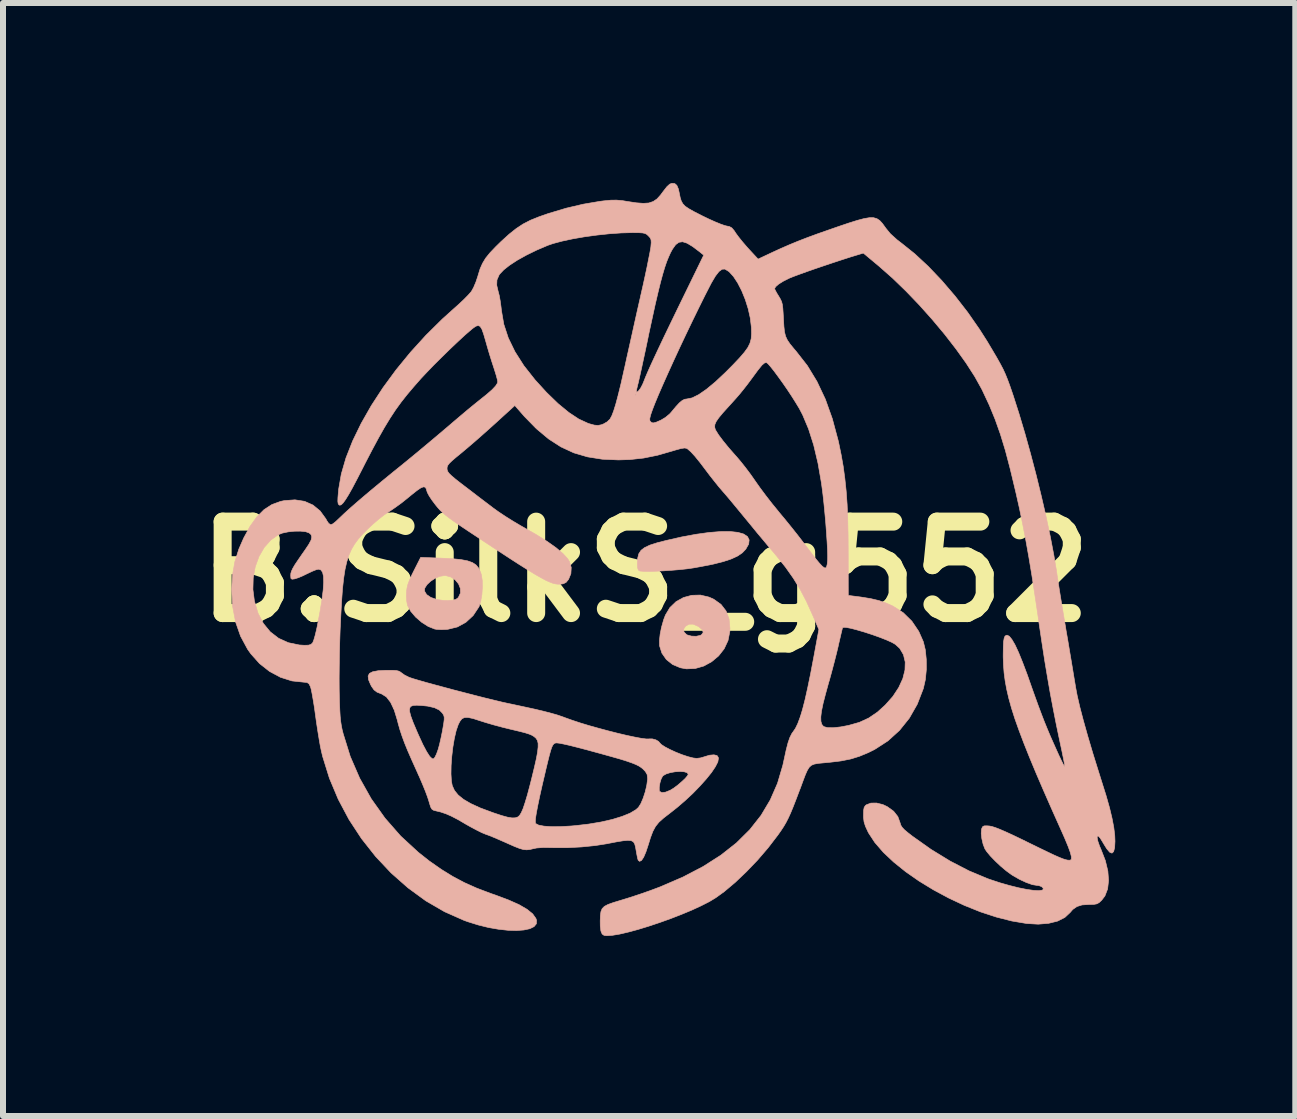
<source format=kicad_pcb>
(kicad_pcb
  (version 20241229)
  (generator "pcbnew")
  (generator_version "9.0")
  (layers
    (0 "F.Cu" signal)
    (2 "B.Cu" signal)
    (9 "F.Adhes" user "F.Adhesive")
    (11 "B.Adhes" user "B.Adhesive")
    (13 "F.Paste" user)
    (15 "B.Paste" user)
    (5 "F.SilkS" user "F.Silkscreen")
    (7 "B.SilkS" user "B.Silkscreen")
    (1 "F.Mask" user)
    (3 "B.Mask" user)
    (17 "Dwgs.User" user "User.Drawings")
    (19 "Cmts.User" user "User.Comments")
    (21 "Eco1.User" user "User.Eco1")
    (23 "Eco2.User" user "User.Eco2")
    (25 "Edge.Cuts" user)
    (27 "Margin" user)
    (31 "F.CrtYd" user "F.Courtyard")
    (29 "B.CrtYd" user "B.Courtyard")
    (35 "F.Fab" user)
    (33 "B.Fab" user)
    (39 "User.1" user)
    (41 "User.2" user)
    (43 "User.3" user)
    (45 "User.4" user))
  (footprint "B.SilkS_g552"
    (layer "F.Cu")
    (at 7.7 6.478)
    (property "Reference" "B.SilkS_g552" (at 0 0 0) (layer "F.SilkS") (effects (font (size 1.524 1.524) (thickness 0.3))))
    (attr through_hole)
    (fp_poly (pts (xy 1.547 -0.656) (xy 1.644 -0.628) (xy 1.707 -0.586) (xy 1.735 -0.53) (xy 1.727 -0.46) (xy 1.679 -0.376) (xy 1.677 -0.374) (xy 1.621 -0.315) (xy 1.543 -0.262) (xy 1.44 -0.214) (xy 1.308 -0.17) (xy 1.144 -0.128) (xy 0.943 -0.088) (xy 0.804 -0.063) (xy 0.701 -0.048) (xy 0.579 -0.035) (xy 0.447 -0.024) (xy 0.313 -0.015) (xy 0.185 -0.008) (xy 0.071 -0.005) (xy -0.019 -0.006) (xy -0.079 -0.011) (xy -0.09 -0.013) (xy -0.112 -0.029) (xy -0.124 -0.066) (xy -0.127 -0.134) (xy -0.127 -0.14) (xy -0.122 -0.228) (xy -0.104 -0.299) (xy -0.067 -0.356) (xy -0.007 -0.402) (xy 0.08 -0.443) (xy 0.201 -0.482) (xy 0.341 -0.518) (xy 0.608 -0.579) (xy 0.851 -0.624) (xy 1.067 -0.654) (xy 1.257 -0.669) (xy 1.417 -0.67) (xy 1.547 -0.656)) (stroke (width 0.01) (type solid)) (fill yes) (layer "B.SilkS"))
    (fp_poly (pts (xy 1.066 0.423) (xy 1.146 0.459) (xy 1.266 0.545) (xy 1.35 0.654) (xy 1.4 0.787) (xy 1.415 0.944) (xy 1.413 0.997) (xy 1.383 1.147) (xy 1.319 1.284) (xy 1.226 1.403) (xy 1.11 1.5) (xy 0.979 1.572) (xy 0.836 1.613) (xy 0.689 1.619) (xy 0.589 1.601) (xy 0.459 1.546) (xy 0.355 1.463) (xy 0.281 1.357) (xy 0.242 1.235) (xy 0.24 1.149) (xy 0.252 1.038) (xy 0.269 0.954) (xy 0.644 0.954) (xy 0.649 1.004) (xy 0.691 1.047) (xy 0.704 1.054) (xy 0.773 1.073) (xy 0.852 1.076) (xy 0.919 1.062) (xy 0.941 1.051) (xy 0.969 1.012) (xy 0.955 0.968) (xy 0.9 0.92) (xy 0.884 0.91) (xy 0.802 0.874) (xy 0.733 0.875) (xy 0.677 0.906) (xy 0.644 0.954) (xy 0.269 0.954) (xy 0.277 0.917) (xy 0.311 0.798) (xy 0.34 0.722) (xy 0.415 0.597) (xy 0.518 0.498) (xy 0.641 0.43) (xy 0.778 0.393) (xy 0.922 0.389) (xy 1.066 0.423)) (stroke (width 0.01) (type solid)) (fill yes) (layer "B.SilkS"))
    (fp_poly (pts (xy -3.399 -0.226) (xy -3.217 -0.217) (xy -3.073 -0.203) (xy -2.961 -0.182) (xy -2.876 -0.152) (xy -2.815 -0.111) (xy -2.771 -0.057) (xy -2.74 0.012) (xy -2.728 0.05) (xy -2.713 0.145) (xy -2.711 0.26) (xy -2.719 0.381) (xy -2.738 0.492) (xy -2.765 0.578) (xy -2.77 0.588) (xy -2.865 0.731) (xy -2.986 0.843) (xy -3.126 0.92) (xy -3.284 0.959) (xy -3.313 0.962) (xy -3.394 0.965) (xy -3.47 0.961) (xy -3.507 0.955) (xy -3.614 0.912) (xy -3.722 0.843) (xy -3.823 0.756) (xy -3.904 0.661) (xy -3.956 0.567) (xy -3.959 0.557) (xy -3.971 0.495) (xy -3.977 0.412) (xy -3.975 0.347) (xy -3.973 0.322) (xy -3.676 0.322) (xy -3.64 0.381) (xy -3.571 0.428) (xy -3.475 0.462) (xy -3.359 0.479) (xy -3.283 0.48) (xy -3.204 0.474) (xy -3.153 0.461) (xy -3.12 0.438) (xy -3.109 0.425) (xy -3.076 0.355) (xy -3.078 0.278) (xy -3.108 0.203) (xy -3.163 0.137) (xy -3.236 0.088) (xy -3.323 0.064) (xy -3.344 0.064) (xy -3.421 0.077) (xy -3.501 0.111) (xy -3.575 0.16) (xy -3.635 0.217) (xy -3.671 0.274) (xy -3.676 0.322) (xy -3.973 0.322) (xy -3.968 0.278) (xy -3.953 0.213) (xy -3.925 0.139) (xy -3.883 0.046) (xy -3.853 -0.014) (xy -3.739 -0.239) (xy -3.399 -0.226)) (stroke (width 0.01) (type solid)) (fill yes) (layer "B.SilkS"))
    (fp_poly (pts (xy -4.145 1.647) (xy -4.104 1.657) (xy -4.073 1.674) (xy -4.06 1.685) (xy -4.008 1.722) (xy -3.94 1.756) (xy -3.926 1.762) (xy -3.87 1.781) (xy -3.779 1.808) (xy -3.658 1.843) (xy -3.515 1.882) (xy -3.355 1.925) (xy -3.185 1.971) (xy -3.01 2.016) (xy -2.837 2.061) (xy -2.672 2.103) (xy -2.52 2.14) (xy -2.388 2.172) (xy -2.283 2.195) (xy -2.254 2.201) (xy -2.034 2.248) (xy -1.85 2.288) (xy -1.697 2.324) (xy -1.57 2.357) (xy -1.464 2.387) (xy -1.373 2.418) (xy -1.325 2.436) (xy -1.213 2.476) (xy -1.08 2.52) (xy -0.932 2.565) (xy -0.774 2.609) (xy -0.614 2.652) (xy -0.457 2.692) (xy -0.309 2.727) (xy -0.177 2.755) (xy -0.066 2.776) (xy 0.017 2.787) (xy 0.066 2.787) (xy 0.069 2.786) (xy 0.121 2.786) (xy 0.18 2.802) (xy 0.226 2.829) (xy 0.24 2.847) (xy 0.27 2.879) (xy 0.331 2.919) (xy 0.415 2.963) (xy 0.513 3.008) (xy 0.616 3.049) (xy 0.715 3.082) (xy 0.801 3.104) (xy 0.86 3.111) (xy 0.925 3.103) (xy 0.996 3.082) (xy 1.005 3.079) (xy 1.075 3.058) (xy 1.142 3.052) (xy 1.15 3.052) (xy 1.2 3.064) (xy 1.22 3.094) (xy 1.223 3.112) (xy 1.213 3.17) (xy 1.172 3.25) (xy 1.107 3.347) (xy 1.019 3.456) (xy 0.914 3.573) (xy 0.796 3.695) (xy 0.667 3.815) (xy 0.533 3.93) (xy 0.414 4.024) (xy 0.309 4.105) (xy 0.231 4.175) (xy 0.174 4.246) (xy 0.13 4.328) (xy 0.091 4.431) (xy 0.056 4.545) (xy 0.015 4.669) (xy -0.023 4.758) (xy -0.059 4.812) (xy -0.091 4.827) (xy -0.114 4.809) (xy -0.123 4.78) (xy -0.135 4.722) (xy -0.147 4.655) (xy -0.159 4.586) (xy -0.173 4.535) (xy -0.195 4.501) (xy -0.231 4.482) (xy -0.286 4.477) (xy -0.365 4.484) (xy -0.475 4.502) (xy -0.621 4.53) (xy -0.627 4.532) (xy -0.831 4.564) (xy -1.059 4.587) (xy -1.292 4.599) (xy -1.513 4.599) (xy -1.556 4.598) (xy -1.694 4.596) (xy -1.805 4.604) (xy -1.863 4.616) (xy -1.921 4.63) (xy -1.973 4.635) (xy -2.027 4.63) (xy -2.091 4.612) (xy -2.175 4.579) (xy -2.286 4.53) (xy -2.31 4.519) (xy -2.415 4.473) (xy -2.517 4.429) (xy -2.604 4.394) (xy -2.662 4.373) (xy -2.722 4.348) (xy -2.806 4.306) (xy -2.904 4.254) (xy -2.998 4.201) (xy -3.06 4.164) (xy -1.829 4.164) (xy -1.825 4.194) (xy -1.823 4.197) (xy -1.773 4.223) (xy -1.685 4.24) (xy -1.563 4.249) (xy -1.411 4.248) (xy -1.233 4.238) (xy -1.164 4.232) (xy -0.94 4.206) (xy -0.732 4.171) (xy -0.544 4.128) (xy -0.382 4.078) (xy -0.249 4.024) (xy -0.152 3.966) (xy -0.11 3.928) (xy -0.07 3.865) (xy -0.031 3.774) (xy 0.004 3.667) (xy 0.022 3.589) (xy 0.237 3.589) (xy 0.237 3.644) (xy 0.242 3.66) (xy 0.279 3.681) (xy 0.341 3.674) (xy 0.42 3.642) (xy 0.478 3.607) (xy 0.545 3.557) (xy 0.611 3.5) (xy 0.669 3.446) (xy 0.707 3.401) (xy 0.72 3.375) (xy 0.701 3.349) (xy 0.652 3.334) (xy 0.582 3.329) (xy 0.502 3.334) (xy 0.422 3.348) (xy 0.352 3.37) (xy 0.301 3.399) (xy 0.292 3.409) (xy 0.268 3.455) (xy 0.248 3.521) (xy 0.237 3.589) (xy 0.022 3.589) (xy 0.029 3.559) (xy 0.042 3.462) (xy 0.042 3.441) (xy 0.035 3.38) (xy 0.006 3.33) (xy -0.031 3.291) (xy -0.063 3.264) (xy -0.101 3.239) (xy -0.151 3.214) (xy -0.216 3.188) (xy -0.301 3.158) (xy -0.409 3.124) (xy -0.546 3.085) (xy -0.715 3.038) (xy -0.92 2.982) (xy -0.948 2.974) (xy -1.12 2.929) (xy -1.254 2.895) (xy -1.356 2.872) (xy -1.429 2.858) (xy -1.476 2.853) (xy -1.501 2.857) (xy -1.502 2.857) (xy -1.521 2.87) (xy -1.538 2.892) (xy -1.555 2.927) (xy -1.573 2.981) (xy -1.595 3.06) (xy -1.622 3.168) (xy -1.657 3.313) (xy -1.659 3.323) (xy -1.713 3.553) (xy -1.756 3.744) (xy -1.788 3.899) (xy -1.811 4.019) (xy -1.825 4.107) (xy -1.829 4.164) (xy -3.06 4.164) (xy -3.125 4.127) (xy -3.229 4.073) (xy -3.319 4.034) (xy -3.405 4.005) (xy -3.48 3.987) (xy -3.523 3.976) (xy -3.551 3.958) (xy -3.571 3.925) (xy -3.59 3.867) (xy -3.603 3.822) (xy -3.625 3.754) (xy -3.661 3.657) (xy -3.708 3.542) (xy -3.762 3.416) (xy -3.782 3.372) (xy -3.234 3.372) (xy -3.227 3.49) (xy -3.213 3.564) (xy -3.176 3.646) (xy -3.114 3.722) (xy -3.025 3.794) (xy -2.905 3.864) (xy -2.751 3.935) (xy -2.558 4.007) (xy -2.519 4.021) (xy -2.389 4.064) (xy -2.291 4.091) (xy -2.218 4.103) (xy -2.164 4.102) (xy -2.122 4.088) (xy -2.118 4.086) (xy -2.091 4.062) (xy -2.063 4.017) (xy -2.032 3.947) (xy -1.999 3.848) (xy -1.96 3.718) (xy -1.916 3.552) (xy -1.886 3.433) (xy -1.843 3.256) (xy -1.811 3.115) (xy -1.791 3.005) (xy -1.782 2.922) (xy -1.782 2.86) (xy -1.793 2.814) (xy -1.813 2.781) (xy -1.821 2.772) (xy -1.85 2.747) (xy -1.884 2.726) (xy -1.931 2.706) (xy -1.997 2.685) (xy -2.09 2.661) (xy -2.216 2.631) (xy -2.254 2.622) (xy -2.384 2.59) (xy -2.525 2.552) (xy -2.658 2.513) (xy -2.75 2.484) (xy -2.865 2.447) (xy -2.949 2.429) (xy -3.009 2.43) (xy -3.052 2.451) (xy -3.086 2.495) (xy -3.113 2.548) (xy -3.148 2.649) (xy -3.178 2.778) (xy -3.203 2.925) (xy -3.221 3.08) (xy -3.232 3.232) (xy -3.234 3.372) (xy -3.782 3.372) (xy -3.808 3.314) (xy -3.89 3.132) (xy -3.956 2.981) (xy -4.008 2.853) (xy -4.05 2.739) (xy -4.085 2.633) (xy -4.115 2.527) (xy -4.129 2.471) (xy -4.18 2.305) (xy -4.193 2.277) (xy -3.925 2.277) (xy -3.924 2.329) (xy -3.904 2.406) (xy -3.865 2.512) (xy -3.807 2.649) (xy -3.776 2.72) (xy -3.703 2.879) (xy -3.64 2.998) (xy -3.589 3.077) (xy -3.548 3.116) (xy -3.525 3.119) (xy -3.503 3.094) (xy -3.476 3.04) (xy -3.45 2.968) (xy -3.449 2.966) (xy -3.425 2.879) (xy -3.4 2.769) (xy -3.377 2.657) (xy -3.371 2.622) (xy -3.355 2.528) (xy -3.347 2.464) (xy -3.347 2.423) (xy -3.355 2.393) (xy -3.372 2.364) (xy -3.373 2.361) (xy -3.427 2.306) (xy -3.509 2.266) (xy -3.623 2.24) (xy -3.722 2.23) (xy -3.804 2.225) (xy -3.865 2.229) (xy -3.905 2.245) (xy -3.925 2.277) (xy -4.193 2.277) (xy -4.241 2.176) (xy -4.31 2.087) (xy -4.388 2.038) (xy -4.391 2.037) (xy -4.467 2.007) (xy -4.517 1.969) (xy -4.558 1.911) (xy -4.574 1.881) (xy -4.608 1.8) (xy -4.615 1.739) (xy -4.593 1.695) (xy -4.538 1.667) (xy -4.447 1.65) (xy -4.318 1.643) (xy -4.304 1.643) (xy -4.209 1.643) (xy -4.145 1.647)) (stroke (width 0.01) (type solid)) (fill yes) (layer "B.SilkS"))
    (fp_poly (pts (xy 0.495 -6.469) (xy 0.53 -6.439) (xy 0.556 -6.378) (xy 0.571 -6.309) (xy 0.586 -6.235) (xy 0.604 -6.178) (xy 0.63 -6.132) (xy 0.669 -6.091) (xy 0.729 -6.05) (xy 0.814 -6.002) (xy 0.93 -5.943) (xy 0.955 -5.93) (xy 1.067 -5.876) (xy 1.172 -5.829) (xy 1.263 -5.792) (xy 1.329 -5.769) (xy 1.353 -5.763) (xy 1.407 -5.752) (xy 1.446 -5.73) (xy 1.484 -5.686) (xy 1.512 -5.643) (xy 1.558 -5.58) (xy 1.623 -5.499) (xy 1.696 -5.414) (xy 1.733 -5.373) (xy 1.884 -5.21) (xy 2.122 -5.322) (xy 2.266 -5.388) (xy 2.406 -5.449) (xy 2.549 -5.508) (xy 2.704 -5.568) (xy 2.878 -5.632) (xy 3.081 -5.703) (xy 3.216 -5.75) (xy 3.393 -5.81) (xy 3.536 -5.855) (xy 3.649 -5.885) (xy 3.738 -5.9) (xy 3.808 -5.9) (xy 3.864 -5.884) (xy 3.912 -5.852) (xy 3.955 -5.805) (xy 4.001 -5.742) (xy 4.012 -5.726) (xy 4.089 -5.632) (xy 4.201 -5.531) (xy 4.278 -5.472) (xy 4.495 -5.298) (xy 4.719 -5.09) (xy 4.944 -4.854) (xy 5.165 -4.596) (xy 5.377 -4.323) (xy 5.574 -4.04) (xy 5.7 -3.842) (xy 5.79 -3.691) (xy 5.862 -3.569) (xy 5.919 -3.467) (xy 5.966 -3.378) (xy 6.005 -3.293) (xy 6.041 -3.204) (xy 6.078 -3.104) (xy 6.119 -2.985) (xy 6.137 -2.932) (xy 6.233 -2.632) (xy 6.33 -2.307) (xy 6.425 -1.966) (xy 6.517 -1.616) (xy 6.603 -1.265) (xy 6.683 -0.92) (xy 6.753 -0.589) (xy 6.812 -0.281) (xy 6.859 -0.002) (xy 6.868 0.064) (xy 6.881 0.147) (xy 6.899 0.264) (xy 6.922 0.408) (xy 6.949 0.571) (xy 6.978 0.744) (xy 7.008 0.922) (xy 7.016 0.974) (xy 7.047 1.152) (xy 7.077 1.332) (xy 7.106 1.504) (xy 7.132 1.661) (xy 7.154 1.794) (xy 7.171 1.895) (xy 7.174 1.916) (xy 7.203 2.069) (xy 7.247 2.259) (xy 7.306 2.484) (xy 7.378 2.74) (xy 7.462 3.024) (xy 7.559 3.335) (xy 7.608 3.491) (xy 7.683 3.729) (xy 7.741 3.934) (xy 7.783 4.11) (xy 7.812 4.262) (xy 7.828 4.394) (xy 7.832 4.493) (xy 7.826 4.6) (xy 7.809 4.665) (xy 7.782 4.69) (xy 7.743 4.674) (xy 7.694 4.616) (xy 7.634 4.519) (xy 7.63 4.511) (xy 7.586 4.44) (xy 7.556 4.406) (xy 7.538 4.405) (xy 7.535 4.435) (xy 7.547 4.492) (xy 7.575 4.573) (xy 7.6 4.631) (xy 7.671 4.814) (xy 7.713 4.988) (xy 7.725 5.147) (xy 7.709 5.287) (xy 7.664 5.404) (xy 7.609 5.476) (xy 7.568 5.514) (xy 7.53 5.535) (xy 7.481 5.544) (xy 7.405 5.546) (xy 7.399 5.546) (xy 7.284 5.553) (xy 7.198 5.58) (xy 7.128 5.629) (xy 7.084 5.68) (xy 6.996 5.762) (xy 6.875 5.823) (xy 6.725 5.86) (xy 6.552 5.874) (xy 6.361 5.863) (xy 6.112 5.821) (xy 5.853 5.755) (xy 5.588 5.668) (xy 5.322 5.561) (xy 5.06 5.438) (xy 4.807 5.302) (xy 4.566 5.155) (xy 4.344 5) (xy 4.144 4.839) (xy 3.971 4.676) (xy 3.83 4.513) (xy 3.725 4.353) (xy 3.714 4.331) (xy 3.673 4.242) (xy 3.65 4.169) (xy 3.641 4.094) (xy 3.641 4.052) (xy 3.643 3.975) (xy 3.652 3.928) (xy 3.671 3.899) (xy 3.688 3.885) (xy 3.764 3.856) (xy 3.859 3.855) (xy 3.964 3.881) (xy 4.036 3.915) (xy 4.143 3.992) (xy 4.213 4.081) (xy 4.25 4.183) (xy 4.262 4.223) (xy 4.284 4.259) (xy 4.322 4.3) (xy 4.384 4.352) (xy 4.456 4.408) (xy 4.768 4.629) (xy 5.085 4.823) (xy 5.402 4.987) (xy 5.711 5.116) (xy 5.757 5.132) (xy 5.92 5.186) (xy 6.079 5.231) (xy 6.228 5.268) (xy 6.363 5.295) (xy 6.476 5.311) (xy 6.564 5.315) (xy 6.619 5.307) (xy 6.632 5.299) (xy 6.636 5.274) (xy 6.609 5.248) (xy 6.563 5.231) (xy 6.533 5.228) (xy 6.454 5.215) (xy 6.353 5.179) (xy 6.239 5.126) (xy 6.123 5.059) (xy 6.106 5.048) (xy 6.02 4.985) (xy 5.926 4.906) (xy 5.835 4.82) (xy 5.754 4.736) (xy 5.692 4.661) (xy 5.664 4.618) (xy 5.634 4.54) (xy 5.613 4.449) (xy 5.603 4.361) (xy 5.608 4.292) (xy 5.612 4.279) (xy 5.627 4.249) (xy 5.652 4.236) (xy 5.699 4.235) (xy 5.739 4.238) (xy 5.781 4.246) (xy 5.838 4.264) (xy 5.913 4.293) (xy 6.01 4.335) (xy 6.134 4.392) (xy 6.288 4.466) (xy 6.41 4.526) (xy 6.578 4.608) (xy 6.713 4.673) (xy 6.818 4.723) (xy 6.9 4.759) (xy 6.962 4.784) (xy 7.009 4.799) (xy 7.045 4.807) (xy 7.076 4.808) (xy 7.088 4.807) (xy 7.105 4.792) (xy 7.106 4.751) (xy 7.088 4.68) (xy 7.051 4.578) (xy 6.995 4.443) (xy 6.949 4.339) (xy 6.788 3.979) (xy 6.645 3.654) (xy 6.519 3.361) (xy 6.409 3.097) (xy 6.314 2.859) (xy 6.233 2.645) (xy 6.164 2.451) (xy 6.108 2.275) (xy 6.063 2.113) (xy 6.028 1.963) (xy 6.002 1.822) (xy 5.984 1.687) (xy 5.974 1.555) (xy 5.969 1.423) (xy 5.969 1.382) (xy 5.971 1.256) (xy 5.975 1.166) (xy 5.985 1.108) (xy 5.999 1.074) (xy 6.021 1.06) (xy 6.035 1.058) (xy 6.071 1.076) (xy 6.114 1.129) (xy 6.166 1.218) (xy 6.225 1.345) (xy 6.292 1.51) (xy 6.369 1.714) (xy 6.451 1.948) (xy 6.5 2.085) (xy 6.555 2.237) (xy 6.611 2.386) (xy 6.66 2.513) (xy 6.664 2.522) (xy 6.706 2.625) (xy 6.753 2.737) (xy 6.804 2.852) (xy 6.854 2.964) (xy 6.9 3.066) (xy 6.941 3.152) (xy 6.973 3.215) (xy 6.992 3.25) (xy 6.997 3.254) (xy 6.995 3.233) (xy 6.985 3.176) (xy 6.968 3.09) (xy 6.946 2.982) (xy 6.919 2.856) (xy 6.91 2.814) (xy 6.854 2.547) (xy 6.803 2.288) (xy 6.754 2.03) (xy 6.708 1.765) (xy 6.661 1.484) (xy 6.614 1.179) (xy 6.564 0.843) (xy 6.55 0.742) (xy 6.496 0.381) (xy 6.446 0.055) (xy 6.396 -0.245) (xy 6.346 -0.525) (xy 6.294 -0.792) (xy 6.24 -1.055) (xy 6.18 -1.321) (xy 6.114 -1.597) (xy 6.083 -1.725) (xy 6.004 -2.025) (xy 5.922 -2.293) (xy 5.834 -2.541) (xy 5.736 -2.779) (xy 5.623 -3.02) (xy 5.609 -3.048) (xy 5.495 -3.253) (xy 5.351 -3.477) (xy 5.182 -3.713) (xy 4.993 -3.957) (xy 4.788 -4.202) (xy 4.572 -4.444) (xy 4.35 -4.675) (xy 4.127 -4.891) (xy 3.907 -5.085) (xy 3.899 -5.092) (xy 3.638 -5.31) (xy 3.539 -5.28) (xy 3.421 -5.244) (xy 3.284 -5.2) (xy 3.135 -5.151) (xy 2.983 -5.1) (xy 2.833 -5.049) (xy 2.693 -5) (xy 2.571 -4.956) (xy 2.474 -4.92) (xy 2.409 -4.894) (xy 2.403 -4.891) (xy 2.305 -4.842) (xy 2.228 -4.794) (xy 2.177 -4.75) (xy 2.159 -4.718) (xy 2.169 -4.693) (xy 2.196 -4.643) (xy 2.227 -4.593) (xy 2.255 -4.545) (xy 2.275 -4.503) (xy 2.288 -4.455) (xy 2.296 -4.393) (xy 2.302 -4.306) (xy 2.307 -4.216) (xy 2.314 -4.091) (xy 2.324 -3.998) (xy 2.342 -3.924) (xy 2.372 -3.86) (xy 2.418 -3.793) (xy 2.484 -3.713) (xy 2.519 -3.672) (xy 2.705 -3.434) (xy 2.866 -3.169) (xy 3.005 -2.875) (xy 3.121 -2.55) (xy 3.218 -2.189) (xy 3.226 -2.155) (xy 3.268 -1.951) (xy 3.303 -1.753) (xy 3.33 -1.553) (xy 3.352 -1.344) (xy 3.368 -1.121) (xy 3.378 -0.875) (xy 3.384 -0.602) (xy 3.386 -0.292) (xy 3.386 -0.284) (xy 3.387 0.395) (xy 3.59 0.421) (xy 3.758 0.448) (xy 3.898 0.481) (xy 4.023 0.524) (xy 4.135 0.575) (xy 4.304 0.684) (xy 4.447 0.825) (xy 4.562 0.995) (xy 4.638 1.167) (xy 4.671 1.302) (xy 4.687 1.461) (xy 4.688 1.631) (xy 4.672 1.797) (xy 4.639 1.943) (xy 4.638 1.947) (xy 4.537 2.208) (xy 4.404 2.441) (xy 4.241 2.644) (xy 4.048 2.819) (xy 3.825 2.963) (xy 3.718 3.016) (xy 3.573 3.076) (xy 3.428 3.121) (xy 3.268 3.153) (xy 3.088 3.175) (xy 2.973 3.186) (xy 2.887 3.194) (xy 2.822 3.206) (xy 2.774 3.225) (xy 2.737 3.258) (xy 2.705 3.309) (xy 2.672 3.383) (xy 2.633 3.486) (xy 2.583 3.622) (xy 2.581 3.625) (xy 2.519 3.789) (xy 2.468 3.92) (xy 2.425 4.024) (xy 2.386 4.109) (xy 2.349 4.181) (xy 2.311 4.246) (xy 2.267 4.313) (xy 2.215 4.387) (xy 2.209 4.395) (xy 2.051 4.601) (xy 1.876 4.805) (xy 1.69 4.999) (xy 1.502 5.178) (xy 1.319 5.332) (xy 1.179 5.433) (xy 1.07 5.499) (xy 0.934 5.568) (xy 0.778 5.64) (xy 0.607 5.711) (xy 0.427 5.781) (xy 0.243 5.847) (xy 0.06 5.908) (xy -0.116 5.962) (xy -0.279 6.006) (xy -0.425 6.04) (xy -0.546 6.06) (xy -0.639 6.066) (xy -0.682 6.061) (xy -0.715 6.038) (xy -0.736 5.987) (xy -0.746 5.905) (xy -0.747 5.817) (xy -0.744 5.73) (xy -0.735 5.665) (xy -0.715 5.616) (xy -0.678 5.578) (xy -0.618 5.546) (xy -0.529 5.514) (xy -0.407 5.477) (xy -0.377 5.468) (xy -0.238 5.425) (xy -0.078 5.372) (xy 0.085 5.315) (xy 0.232 5.26) (xy 0.258 5.25) (xy 0.633 5.088) (xy 0.968 4.913) (xy 1.264 4.724) (xy 1.523 4.52) (xy 1.746 4.299) (xy 1.934 4.06) (xy 2.087 3.803) (xy 2.208 3.526) (xy 2.296 3.228) (xy 2.318 3.128) (xy 2.352 2.971) (xy 2.383 2.851) (xy 2.414 2.762) (xy 2.446 2.698) (xy 2.466 2.67) (xy 2.506 2.612) (xy 2.545 2.532) (xy 2.584 2.427) (xy 2.587 2.42) (xy 2.929 2.42) (xy 2.931 2.493) (xy 2.945 2.543) (xy 2.972 2.576) (xy 2.981 2.582) (xy 3.042 2.599) (xy 3.138 2.6) (xy 3.263 2.586) (xy 3.393 2.561) (xy 3.573 2.51) (xy 3.729 2.438) (xy 3.874 2.339) (xy 4.002 2.223) (xy 4.13 2.079) (xy 4.228 1.93) (xy 4.296 1.782) (xy 4.332 1.639) (xy 4.336 1.505) (xy 4.307 1.383) (xy 4.245 1.278) (xy 4.172 1.211) (xy 4.115 1.178) (xy 4.026 1.138) (xy 3.914 1.094) (xy 3.788 1.049) (xy 3.656 1.006) (xy 3.529 0.969) (xy 3.433 0.944) (xy 3.355 0.929) (xy 3.31 0.926) (xy 3.291 0.936) (xy 3.29 0.938) (xy 3.283 0.967) (xy 3.268 1.029) (xy 3.248 1.115) (xy 3.224 1.217) (xy 3.22 1.238) (xy 3.19 1.363) (xy 3.152 1.512) (xy 3.111 1.667) (xy 3.071 1.813) (xy 3.062 1.841) (xy 3.008 2.037) (xy 2.967 2.196) (xy 2.941 2.322) (xy 2.929 2.42) (xy 2.587 2.42) (xy 2.625 2.294) (xy 2.667 2.131) (xy 2.711 1.934) (xy 2.759 1.701) (xy 2.811 1.428) (xy 2.813 1.418) (xy 2.897 0.963) (xy 2.79 0.715) (xy 2.689 0.492) (xy 2.585 0.294) (xy 2.472 0.109) (xy 2.342 -0.075) (xy 2.188 -0.268) (xy 2.128 -0.339) (xy 2.059 -0.42) (xy 1.972 -0.525) (xy 1.872 -0.644) (xy 1.77 -0.769) (xy 1.671 -0.889) (xy 1.579 -1.001) (xy 1.489 -1.11) (xy 1.407 -1.209) (xy 1.339 -1.289) (xy 1.29 -1.345) (xy 1.285 -1.351) (xy 1.23 -1.415) (xy 1.161 -1.501) (xy 1.085 -1.597) (xy 1.023 -1.679) (xy 0.917 -1.819) (xy 0.831 -1.925) (xy 0.763 -1.999) (xy 0.71 -2.045) (xy 0.693 -2.056) (xy 0.659 -2.062) (xy 0.599 -2.053) (xy 0.508 -2.028) (xy 0.458 -2.013) (xy 0.208 -1.941) (xy -0.024 -1.894) (xy -0.252 -1.869) (xy -0.443 -1.863) (xy -0.713 -1.875) (xy -0.959 -1.914) (xy -1.187 -1.981) (xy -1.401 -2.08) (xy -1.606 -2.212) (xy -1.807 -2.38) (xy -1.838 -2.411) (xy 1.16 -2.411) (xy 1.171 -2.371) (xy 1.178 -2.357) (xy 1.226 -2.28) (xy 1.301 -2.18) (xy 1.398 -2.061) (xy 1.515 -1.928) (xy 1.521 -1.922) (xy 1.59 -1.841) (xy 1.672 -1.738) (xy 1.757 -1.625) (xy 1.834 -1.515) (xy 1.838 -1.509) (xy 1.917 -1.397) (xy 2.014 -1.267) (xy 2.116 -1.136) (xy 2.214 -1.016) (xy 2.232 -0.993) (xy 2.329 -0.877) (xy 2.436 -0.745) (xy 2.541 -0.613) (xy 2.632 -0.495) (xy 2.646 -0.476) (xy 2.754 -0.334) (xy 2.839 -0.223) (xy 2.905 -0.143) (xy 2.954 -0.091) (xy 2.988 -0.065) (xy 3.012 -0.063) (xy 3.026 -0.083) (xy 3.036 -0.124) (xy 3.042 -0.183) (xy 3.043 -0.195) (xy 3.044 -0.263) (xy 3.041 -0.366) (xy 3.034 -0.496) (xy 3.024 -0.645) (xy 3.012 -0.808) (xy 2.997 -0.975) (xy 2.981 -1.14) (xy 2.964 -1.295) (xy 2.946 -1.432) (xy 2.941 -1.471) (xy 2.883 -1.806) (xy 2.811 -2.11) (xy 2.725 -2.38) (xy 2.627 -2.613) (xy 2.571 -2.72) (xy 2.513 -2.816) (xy 2.445 -2.924) (xy 2.371 -3.036) (xy 2.294 -3.147) (xy 2.219 -3.251) (xy 2.151 -3.343) (xy 2.092 -3.417) (xy 2.048 -3.467) (xy 2.022 -3.487) (xy 2.021 -3.487) (xy 1.99 -3.478) (xy 1.948 -3.442) (xy 1.892 -3.373) (xy 1.874 -3.35) (xy 1.78 -3.222) (xy 1.704 -3.12) (xy 1.639 -3.037) (xy 1.578 -2.962) (xy 1.515 -2.889) (xy 1.442 -2.808) (xy 1.392 -2.753) (xy 1.297 -2.648) (xy 1.229 -2.566) (xy 1.186 -2.504) (xy 1.164 -2.454) (xy 1.16 -2.411) (xy -1.838 -2.411) (xy -2.01 -2.587) (xy -2.065 -2.65) (xy -2.17 -2.77) (xy -2.508 -2.462) (xy -2.624 -2.358) (xy -2.744 -2.251) (xy -2.861 -2.149) (xy -2.964 -2.061) (xy -3.045 -1.993) (xy -3.048 -1.99) (xy -3.146 -1.91) (xy -3.215 -1.851) (xy -3.261 -1.807) (xy -3.287 -1.773) (xy -3.298 -1.745) (xy -3.3 -1.715) (xy -3.298 -1.7) (xy -3.29 -1.673) (xy -3.267 -1.64) (xy -3.225 -1.599) (xy -3.16 -1.544) (xy -3.067 -1.471) (xy -3.012 -1.429) (xy -2.899 -1.343) (xy -2.778 -1.25) (xy -2.662 -1.162) (xy -2.563 -1.087) (xy -2.536 -1.066) (xy -2.443 -0.999) (xy -2.326 -0.921) (xy -2.198 -0.841) (xy -2.073 -0.767) (xy -2.043 -0.75) (xy -1.817 -0.621) (xy -1.63 -0.504) (xy -1.481 -0.398) (xy -1.368 -0.302) (xy -1.29 -0.217) (xy -1.258 -0.166) (xy -1.23 -0.07) (xy -1.236 0.033) (xy -1.274 0.126) (xy -1.276 0.129) (xy -1.316 0.178) (xy -1.363 0.201) (xy -1.414 0.208) (xy -1.452 0.208) (xy -1.492 0.203) (xy -1.538 0.192) (xy -1.592 0.171) (xy -1.658 0.141) (xy -1.737 0.098) (xy -1.834 0.043) (xy -1.949 -0.028) (xy -2.088 -0.115) (xy -2.251 -0.22) (xy -2.442 -0.345) (xy -2.664 -0.491) (xy -2.797 -0.579) (xy -2.956 -0.684) (xy -3.083 -0.769) (xy -3.185 -0.839) (xy -3.264 -0.896) (xy -3.326 -0.944) (xy -3.376 -0.987) (xy -3.417 -1.027) (xy -3.455 -1.069) (xy -3.491 -1.113) (xy -3.549 -1.19) (xy -3.597 -1.262) (xy -3.627 -1.318) (xy -3.634 -1.338) (xy -3.647 -1.383) (xy -3.665 -1.409) (xy -3.694 -1.414) (xy -3.737 -1.397) (xy -3.799 -1.355) (xy -3.885 -1.287) (xy -3.969 -1.218) (xy -4.059 -1.146) (xy -4.157 -1.075) (xy -4.246 -1.014) (xy -4.278 -0.994) (xy -4.349 -0.946) (xy -4.437 -0.877) (xy -4.532 -0.796) (xy -4.619 -0.715) (xy -4.705 -0.628) (xy -4.779 -0.545) (xy -4.841 -0.461) (xy -4.893 -0.373) (xy -4.936 -0.276) (xy -4.971 -0.165) (xy -5 -0.038) (xy -5.023 0.111) (xy -5.042 0.286) (xy -5.057 0.491) (xy -5.07 0.731) (xy -5.082 0.981) (xy -5.088 1.166) (xy -5.093 1.37) (xy -5.096 1.577) (xy -5.098 1.776) (xy -5.097 1.951) (xy -5.096 2.018) (xy -5.092 2.179) (xy -5.087 2.305) (xy -5.081 2.406) (xy -5.073 2.488) (xy -5.062 2.561) (xy -5.048 2.632) (xy -5.031 2.699) (xy -4.913 3.079) (xy -4.756 3.441) (xy -4.563 3.785) (xy -4.334 4.107) (xy -4.073 4.405) (xy -3.779 4.676) (xy -3.593 4.823) (xy -3.394 4.962) (xy -3.204 5.079) (xy -3.012 5.181) (xy -2.804 5.274) (xy -2.569 5.363) (xy -2.493 5.389) (xy -2.277 5.47) (xy -2.101 5.548) (xy -1.967 5.626) (xy -1.873 5.702) (xy -1.819 5.778) (xy -1.808 5.809) (xy -1.811 5.868) (xy -1.85 5.915) (xy -1.921 5.95) (xy -2.02 5.971) (xy -2.142 5.98) (xy -2.283 5.976) (xy -2.44 5.959) (xy -2.607 5.93) (xy -2.781 5.887) (xy -2.957 5.832) (xy -3.018 5.81) (xy -3.342 5.666) (xy -3.654 5.485) (xy -3.951 5.268) (xy -4.231 5.021) (xy -4.489 4.747) (xy -4.725 4.448) (xy -4.934 4.129) (xy -5.113 3.792) (xy -5.26 3.442) (xy -5.372 3.082) (xy -5.393 2.995) (xy -5.411 2.911) (xy -5.431 2.796) (xy -5.453 2.661) (xy -5.475 2.517) (xy -5.492 2.396) (xy -5.51 2.264) (xy -5.53 2.141) (xy -5.548 2.037) (xy -5.564 1.959) (xy -5.576 1.915) (xy -5.577 1.914) (xy -5.602 1.866) (xy -5.636 1.845) (xy -5.687 1.841) (xy -5.885 1.82) (xy -6.077 1.759) (xy -6.259 1.661) (xy -6.424 1.531) (xy -6.568 1.37) (xy -6.623 1.293) (xy -6.741 1.074) (xy -6.824 0.837) (xy -6.873 0.578) (xy -6.888 0.297) (xy -6.535 0.297) (xy -6.51 0.49) (xy -6.45 0.691) (xy -6.361 0.862) (xy -6.246 1.002) (xy -6.106 1.11) (xy -5.944 1.183) (xy -5.761 1.221) (xy -5.678 1.226) (xy -5.609 1.224) (xy -5.568 1.212) (xy -5.541 1.186) (xy -5.537 1.18) (xy -5.521 1.14) (xy -5.5 1.069) (xy -5.478 0.979) (xy -5.463 0.91) (xy -5.418 0.671) (xy -5.385 0.47) (xy -5.364 0.305) (xy -5.356 0.175) (xy -5.359 0.077) (xy -5.374 0.01) (xy -5.402 -0.029) (xy -5.441 -0.042) (xy -5.442 -0.042) (xy -5.481 -0.033) (xy -5.544 -0.008) (xy -5.618 0.027) (xy -5.627 0.031) (xy -5.707 0.07) (xy -5.781 0.101) (xy -5.836 0.118) (xy -5.837 0.119) (xy -5.883 0.125) (xy -5.902 0.111) (xy -5.905 0.067) (xy -5.905 0.06) (xy -5.903 0.027) (xy -5.892 -0.009) (xy -5.871 -0.055) (xy -5.836 -0.115) (xy -5.783 -0.194) (xy -5.71 -0.3) (xy -5.667 -0.361) (xy -5.603 -0.457) (xy -5.565 -0.528) (xy -5.554 -0.58) (xy -5.566 -0.618) (xy -5.597 -0.646) (xy -5.656 -0.667) (xy -5.742 -0.676) (xy -5.844 -0.675) (xy -5.948 -0.664) (xy -6.043 -0.644) (xy -6.107 -0.619) (xy -6.237 -0.528) (xy -6.347 -0.404) (xy -6.434 -0.254) (xy -6.496 -0.083) (xy -6.53 0.102) (xy -6.535 0.297) (xy -6.888 0.297) (xy -6.888 0.295) (xy -6.888 0.286) (xy -6.874 0.05) (xy -6.836 -0.167) (xy -6.769 -0.378) (xy -6.689 -0.561) (xy -6.582 -0.757) (xy -6.47 -0.914) (xy -6.35 -1.034) (xy -6.219 -1.119) (xy -6.074 -1.172) (xy -6.012 -1.185) (xy -5.834 -1.198) (xy -5.674 -1.173) (xy -5.534 -1.111) (xy -5.415 -1.013) (xy -5.319 -0.881) (xy -5.304 -0.852) (xy -5.273 -0.806) (xy -5.24 -0.784) (xy -5.235 -0.783) (xy -5.204 -0.797) (xy -5.155 -0.835) (xy -5.1 -0.887) (xy -5.015 -0.968) (xy -4.899 -1.073) (xy -4.755 -1.198) (xy -4.585 -1.342) (xy -4.391 -1.503) (xy -4.176 -1.679) (xy -4.106 -1.735) (xy -3.961 -1.853) (xy -3.797 -1.988) (xy -3.628 -2.129) (xy -3.465 -2.266) (xy -3.321 -2.388) (xy -3.302 -2.404) (xy -3.183 -2.506) (xy -3.065 -2.606) (xy -2.956 -2.698) (xy -2.861 -2.776) (xy -2.788 -2.835) (xy -2.762 -2.856) (xy -2.638 -2.955) (xy -2.548 -3.034) (xy -2.49 -3.096) (xy -2.46 -3.143) (xy -2.455 -3.165) (xy -2.462 -3.204) (xy -2.48 -3.271) (xy -2.506 -3.355) (xy -2.52 -3.399) (xy -2.553 -3.5) (xy -2.592 -3.624) (xy -2.63 -3.753) (xy -2.655 -3.842) (xy -2.69 -3.961) (xy -2.719 -4.042) (xy -2.748 -4.088) (xy -2.781 -4.103) (xy -2.821 -4.091) (xy -2.873 -4.054) (xy -2.896 -4.035) (xy -2.997 -3.948) (xy -3.117 -3.837) (xy -3.25 -3.711) (xy -3.387 -3.577) (xy -3.521 -3.444) (xy -3.642 -3.318) (xy -3.736 -3.218) (xy -3.858 -3.079) (xy -3.967 -2.95) (xy -4.067 -2.823) (xy -4.161 -2.693) (xy -4.252 -2.554) (xy -4.345 -2.401) (xy -4.442 -2.229) (xy -4.549 -2.03) (xy -4.668 -1.801) (xy -4.708 -1.722) (xy -4.801 -1.541) (xy -4.878 -1.395) (xy -4.941 -1.283) (xy -4.992 -1.201) (xy -5.032 -1.146) (xy -5.063 -1.116) (xy -5.087 -1.108) (xy -5.103 -1.116) (xy -5.115 -1.137) (xy -5.12 -1.174) (xy -5.118 -1.236) (xy -5.11 -1.33) (xy -5.106 -1.376) (xy -5.062 -1.628) (xy -4.984 -1.897) (xy -4.873 -2.179) (xy -4.731 -2.471) (xy -4.562 -2.768) (xy -4.367 -3.067) (xy -4.149 -3.364) (xy -3.91 -3.656) (xy -3.652 -3.94) (xy -3.378 -4.211) (xy -3.196 -4.375) (xy -3.105 -4.456) (xy -3.02 -4.536) (xy -2.95 -4.607) (xy -2.902 -4.661) (xy -2.891 -4.676) (xy -2.856 -4.739) (xy -2.841 -4.775) (xy -2.472 -4.775) (xy -2.447 -4.668) (xy -2.445 -4.663) (xy -2.43 -4.604) (xy -2.414 -4.516) (xy -2.4 -4.414) (xy -2.393 -4.352) (xy -2.354 -4.124) (xy -2.279 -3.896) (xy -2.168 -3.667) (xy -2.019 -3.433) (xy -1.831 -3.195) (xy -1.642 -2.988) (xy -1.449 -2.801) (xy -1.269 -2.653) (xy -1.104 -2.544) (xy -0.95 -2.473) (xy -0.925 -2.465) (xy -0.844 -2.443) (xy -0.784 -2.438) (xy -0.728 -2.449) (xy -0.69 -2.464) (xy -0.631 -2.498) (xy -0.586 -2.541) (xy -0.584 -2.543) (xy -0.578 -2.555) (xy 0.079 -2.555) (xy 0.079 -2.52) (xy 0.087 -2.506) (xy 0.111 -2.484) (xy 0.141 -2.48) (xy 0.187 -2.492) (xy 0.26 -2.524) (xy 0.265 -2.526) (xy 0.34 -2.571) (xy 0.409 -2.628) (xy 0.434 -2.655) (xy 0.512 -2.749) (xy 0.572 -2.814) (xy 0.62 -2.854) (xy 0.661 -2.874) (xy 0.697 -2.879) (xy 0.785 -2.897) (xy 0.894 -2.951) (xy 1.023 -3.04) (xy 1.174 -3.165) (xy 1.344 -3.325) (xy 1.468 -3.45) (xy 1.576 -3.564) (xy 1.656 -3.657) (xy 1.713 -3.736) (xy 1.749 -3.809) (xy 1.769 -3.883) (xy 1.775 -3.965) (xy 1.773 -4.064) (xy 1.772 -4.075) (xy 1.754 -4.227) (xy 1.719 -4.383) (xy 1.67 -4.538) (xy 1.611 -4.683) (xy 1.544 -4.813) (xy 1.473 -4.921) (xy 1.4 -5.001) (xy 1.33 -5.044) (xy 1.284 -5.041) (xy 1.232 -5.003) (xy 1.173 -4.927) (xy 1.105 -4.812) (xy 1.088 -4.779) (xy 0.995 -4.598) (xy 0.896 -4.398) (xy 0.792 -4.185) (xy 0.686 -3.964) (xy 0.581 -3.742) (xy 0.48 -3.524) (xy 0.385 -3.315) (xy 0.299 -3.122) (xy 0.224 -2.95) (xy 0.164 -2.805) (xy 0.124 -2.702) (xy 0.093 -2.613) (xy 0.079 -2.555) (xy -0.578 -2.555) (xy -0.555 -2.596) (xy -0.523 -2.679) (xy -0.487 -2.795) (xy -0.447 -2.945) (xy -0.445 -2.953) (xy -0.169 -2.953) (xy -0.159 -2.942) (xy -0.148 -2.953) (xy -0.159 -2.963) (xy -0.169 -2.953) (xy -0.445 -2.953) (xy -0.432 -3.006) (xy -0.145 -3.006) (xy -0.141 -2.991) (xy -0.125 -3) (xy -0.106 -3.016) (xy -0.075 -3.057) (xy -0.041 -3.121) (xy -0.022 -3.167) (xy 0.006 -3.238) (xy 0.043 -3.325) (xy 0.091 -3.433) (xy 0.151 -3.563) (xy 0.224 -3.719) (xy 0.311 -3.903) (xy 0.414 -4.117) (xy 0.534 -4.365) (xy 0.608 -4.517) (xy 0.978 -5.276) (xy 0.909 -5.332) (xy 0.794 -5.419) (xy 0.701 -5.475) (xy 0.626 -5.499) (xy 0.564 -5.49) (xy 0.51 -5.45) (xy 0.458 -5.377) (xy 0.425 -5.317) (xy 0.393 -5.246) (xy 0.36 -5.165) (xy 0.327 -5.068) (xy 0.293 -4.953) (xy 0.256 -4.816) (xy 0.216 -4.653) (xy 0.171 -4.461) (xy 0.122 -4.236) (xy 0.065 -3.974) (xy 0.041 -3.856) (xy 0.007 -3.695) (xy -0.026 -3.542) (xy -0.056 -3.402) (xy -0.082 -3.284) (xy -0.103 -3.192) (xy -0.116 -3.135) (xy -0.118 -3.13) (xy -0.137 -3.05) (xy -0.145 -3.006) (xy -0.432 -3.006) (xy -0.401 -3.132) (xy -0.35 -3.359) (xy -0.338 -3.411) (xy -0.305 -3.562) (xy -0.264 -3.744) (xy -0.219 -3.946) (xy -0.172 -4.158) (xy -0.125 -4.368) (xy -0.08 -4.565) (xy -0.074 -4.593) (xy -0.035 -4.764) (xy 0.001 -4.928) (xy 0.033 -5.078) (xy 0.059 -5.209) (xy 0.08 -5.314) (xy 0.093 -5.387) (xy 0.097 -5.412) (xy 0.103 -5.486) (xy 0.1 -5.532) (xy 0.085 -5.565) (xy 0.056 -5.597) (xy 0.029 -5.622) (xy 0.000301 -5.637) (xy -0.04 -5.646) (xy -0.101 -5.65) (xy -0.193 -5.651) (xy -0.216 -5.651) (xy -0.397 -5.646) (xy -0.596 -5.632) (xy -0.802 -5.61) (xy -1.007 -5.582) (xy -1.203 -5.548) (xy -1.38 -5.51) (xy -1.531 -5.47) (xy -1.621 -5.439) (xy -1.804 -5.361) (xy -1.974 -5.278) (xy -2.127 -5.193) (xy -2.256 -5.109) (xy -2.356 -5.03) (xy -2.423 -4.959) (xy -2.432 -4.946) (xy -2.468 -4.863) (xy -2.472 -4.775) (xy -2.841 -4.775) (xy -2.819 -4.827) (xy -2.787 -4.923) (xy -2.781 -4.944) (xy -2.749 -5.048) (xy -2.709 -5.138) (xy -2.657 -5.225) (xy -2.585 -5.314) (xy -2.489 -5.415) (xy -2.398 -5.504) (xy -2.266 -5.624) (xy -2.148 -5.718) (xy -2.033 -5.794) (xy -1.909 -5.858) (xy -1.765 -5.916) (xy -1.619 -5.967) (xy -1.316 -6.058) (xy -1.031 -6.125) (xy -0.749 -6.173) (xy -0.684 -6.181) (xy -0.57 -6.192) (xy -0.474 -6.193) (xy -0.375 -6.184) (xy -0.298 -6.171) (xy -0.147 -6.148) (xy -0.029 -6.139) (xy 0.063 -6.145) (xy 0.137 -6.17) (xy 0.201 -6.214) (xy 0.261 -6.281) (xy 0.304 -6.339) (xy 0.364 -6.416) (xy 0.411 -6.459) (xy 0.447 -6.473) (xy 0.495 -6.469)) (stroke (width 0.01) (type solid)) (fill yes) (layer "B.SilkS")))
  (gr_rect
    (start -3 -3)
    (end 18.537 15.549)
    (stroke (width 0.1) (type default))
    (fill no)
    (layer "Edge.Cuts")))
</source>
